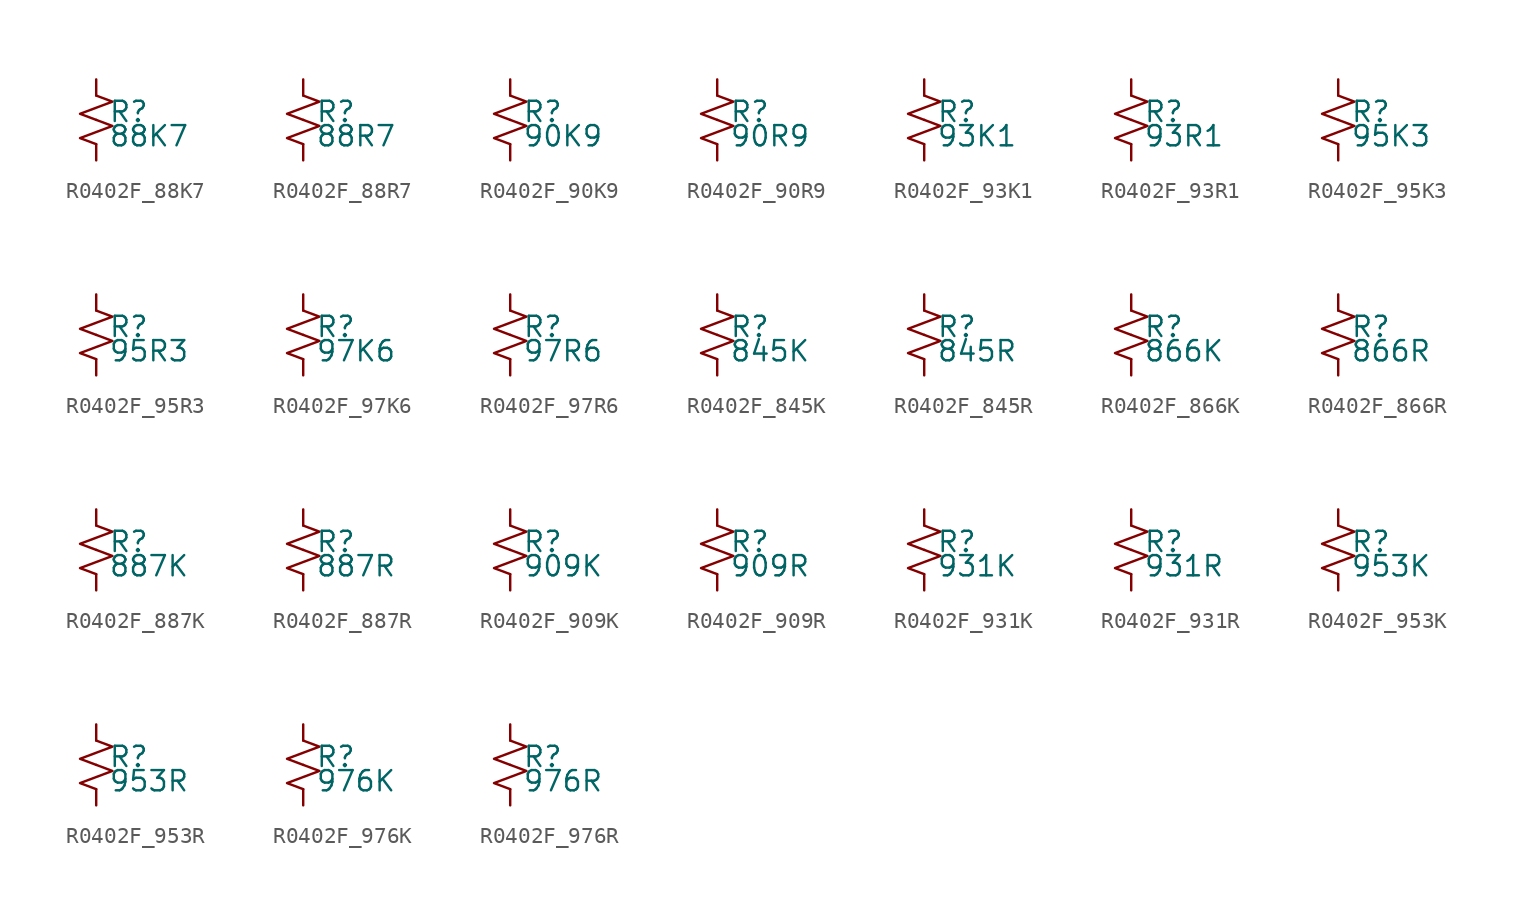
<source format=kicad_sym>
(kicad_symbol_lib
  (version 20220914)
  (generator kicad_symbol_editor)
  (symbol "R0402F_88K7"
    (pin_numbers hide)
    (pin_names
      (offset 0.254) hide)
    (property "Reference" "R"
      (at 0.762 0.508 0)
      (effects (font (size 1.27 1.27)) (justify left)))
    (property "Value" "88K7"
      (at 0.762 -1.016 0)
      (effects (font (size 1.27 1.27)) (justify left)))
    (symbol "R0402F_88K7_1_1"
      (polyline (pts (xy 0 0) (xy 1.016 -0.381) (xy 0 -0.762) (xy -1.016 -1.143) (xy 0 -1.524)) (stroke (width 0) (type default)) (fill (type none)))
      (polyline (pts (xy 0 1.524) (xy 1.016 1.143) (xy 0 0.762) (xy -1.016 0.381) (xy 0 0)) (stroke (width 0) (type default)) (fill (type none)))
      (pin passive line (at 0 2.54 270) (length 1.016) (name "~" (effects (font (size 1.27 1.27)))) (number "1" (effects (font (size 1.27 1.27)))))
      (pin passive line (at 0 -2.54 90) (length 1.016) (name "~" (effects (font (size 1.27 1.27)))) (number "2" (effects (font (size 1.27 1.27)))))))
  (symbol "R0402F_88R7"
    (pin_numbers hide)
    (pin_names
      (offset 0.254) hide)
    (property "Reference" "R"
      (at 0.762 0.508 0)
      (effects (font (size 1.27 1.27)) (justify left)))
    (property "Value" "88R7"
      (at 0.762 -1.016 0)
      (effects (font (size 1.27 1.27)) (justify left)))
    (symbol "R0402F_88R7_1_1"
      (polyline (pts (xy 0 0) (xy 1.016 -0.381) (xy 0 -0.762) (xy -1.016 -1.143) (xy 0 -1.524)) (stroke (width 0) (type default)) (fill (type none)))
      (polyline (pts (xy 0 1.524) (xy 1.016 1.143) (xy 0 0.762) (xy -1.016 0.381) (xy 0 0)) (stroke (width 0) (type default)) (fill (type none)))
      (pin passive line (at 0 2.54 270) (length 1.016) (name "~" (effects (font (size 1.27 1.27)))) (number "1" (effects (font (size 1.27 1.27)))))
      (pin passive line (at 0 -2.54 90) (length 1.016) (name "~" (effects (font (size 1.27 1.27)))) (number "2" (effects (font (size 1.27 1.27)))))))
  (symbol "R0402F_90K9"
    (pin_numbers hide)
    (pin_names
      (offset 0.254) hide)
    (property "Reference" "R"
      (at 0.762 0.508 0)
      (effects (font (size 1.27 1.27)) (justify left)))
    (property "Value" "90K9"
      (at 0.762 -1.016 0)
      (effects (font (size 1.27 1.27)) (justify left)))
    (symbol "R0402F_90K9_1_1"
      (polyline (pts (xy 0 0) (xy 1.016 -0.381) (xy 0 -0.762) (xy -1.016 -1.143) (xy 0 -1.524)) (stroke (width 0) (type default)) (fill (type none)))
      (polyline (pts (xy 0 1.524) (xy 1.016 1.143) (xy 0 0.762) (xy -1.016 0.381) (xy 0 0)) (stroke (width 0) (type default)) (fill (type none)))
      (pin passive line (at 0 2.54 270) (length 1.016) (name "~" (effects (font (size 1.27 1.27)))) (number "1" (effects (font (size 1.27 1.27)))))
      (pin passive line (at 0 -2.54 90) (length 1.016) (name "~" (effects (font (size 1.27 1.27)))) (number "2" (effects (font (size 1.27 1.27)))))))
  (symbol "R0402F_90R9"
    (pin_numbers hide)
    (pin_names
      (offset 0.254) hide)
    (property "Reference" "R"
      (at 0.762 0.508 0)
      (effects (font (size 1.27 1.27)) (justify left)))
    (property "Value" "90R9"
      (at 0.762 -1.016 0)
      (effects (font (size 1.27 1.27)) (justify left)))
    (symbol "R0402F_90R9_1_1"
      (polyline (pts (xy 0 0) (xy 1.016 -0.381) (xy 0 -0.762) (xy -1.016 -1.143) (xy 0 -1.524)) (stroke (width 0) (type default)) (fill (type none)))
      (polyline (pts (xy 0 1.524) (xy 1.016 1.143) (xy 0 0.762) (xy -1.016 0.381) (xy 0 0)) (stroke (width 0) (type default)) (fill (type none)))
      (pin passive line (at 0 2.54 270) (length 1.016) (name "~" (effects (font (size 1.27 1.27)))) (number "1" (effects (font (size 1.27 1.27)))))
      (pin passive line (at 0 -2.54 90) (length 1.016) (name "~" (effects (font (size 1.27 1.27)))) (number "2" (effects (font (size 1.27 1.27)))))))
  (symbol "R0402F_93K1"
    (pin_numbers hide)
    (pin_names
      (offset 0.254) hide)
    (property "Reference" "R"
      (at 0.762 0.508 0)
      (effects (font (size 1.27 1.27)) (justify left)))
    (property "Value" "93K1"
      (at 0.762 -1.016 0)
      (effects (font (size 1.27 1.27)) (justify left)))
    (symbol "R0402F_93K1_1_1"
      (polyline (pts (xy 0 0) (xy 1.016 -0.381) (xy 0 -0.762) (xy -1.016 -1.143) (xy 0 -1.524)) (stroke (width 0) (type default)) (fill (type none)))
      (polyline (pts (xy 0 1.524) (xy 1.016 1.143) (xy 0 0.762) (xy -1.016 0.381) (xy 0 0)) (stroke (width 0) (type default)) (fill (type none)))
      (pin passive line (at 0 2.54 270) (length 1.016) (name "~" (effects (font (size 1.27 1.27)))) (number "1" (effects (font (size 1.27 1.27)))))
      (pin passive line (at 0 -2.54 90) (length 1.016) (name "~" (effects (font (size 1.27 1.27)))) (number "2" (effects (font (size 1.27 1.27)))))))
  (symbol "R0402F_93R1"
    (pin_numbers hide)
    (pin_names
      (offset 0.254) hide)
    (property "Reference" "R"
      (at 0.762 0.508 0)
      (effects (font (size 1.27 1.27)) (justify left)))
    (property "Value" "93R1"
      (at 0.762 -1.016 0)
      (effects (font (size 1.27 1.27)) (justify left)))
    (symbol "R0402F_93R1_1_1"
      (polyline (pts (xy 0 0) (xy 1.016 -0.381) (xy 0 -0.762) (xy -1.016 -1.143) (xy 0 -1.524)) (stroke (width 0) (type default)) (fill (type none)))
      (polyline (pts (xy 0 1.524) (xy 1.016 1.143) (xy 0 0.762) (xy -1.016 0.381) (xy 0 0)) (stroke (width 0) (type default)) (fill (type none)))
      (pin passive line (at 0 2.54 270) (length 1.016) (name "~" (effects (font (size 1.27 1.27)))) (number "1" (effects (font (size 1.27 1.27)))))
      (pin passive line (at 0 -2.54 90) (length 1.016) (name "~" (effects (font (size 1.27 1.27)))) (number "2" (effects (font (size 1.27 1.27)))))))
  (symbol "R0402F_95K3"
    (pin_numbers hide)
    (pin_names
      (offset 0.254) hide)
    (property "Reference" "R"
      (at 0.762 0.508 0)
      (effects (font (size 1.27 1.27)) (justify left)))
    (property "Value" "95K3"
      (at 0.762 -1.016 0)
      (effects (font (size 1.27 1.27)) (justify left)))
    (symbol "R0402F_95K3_1_1"
      (polyline (pts (xy 0 0) (xy 1.016 -0.381) (xy 0 -0.762) (xy -1.016 -1.143) (xy 0 -1.524)) (stroke (width 0) (type default)) (fill (type none)))
      (polyline (pts (xy 0 1.524) (xy 1.016 1.143) (xy 0 0.762) (xy -1.016 0.381) (xy 0 0)) (stroke (width 0) (type default)) (fill (type none)))
      (pin passive line (at 0 2.54 270) (length 1.016) (name "~" (effects (font (size 1.27 1.27)))) (number "1" (effects (font (size 1.27 1.27)))))
      (pin passive line (at 0 -2.54 90) (length 1.016) (name "~" (effects (font (size 1.27 1.27)))) (number "2" (effects (font (size 1.27 1.27)))))))
  (symbol "R0402F_95R3"
    (pin_numbers hide)
    (pin_names
      (offset 0.254) hide)
    (property "Reference" "R"
      (at 0.762 0.508 0)
      (effects (font (size 1.27 1.27)) (justify left)))
    (property "Value" "95R3"
      (at 0.762 -1.016 0)
      (effects (font (size 1.27 1.27)) (justify left)))
    (symbol "R0402F_95R3_1_1"
      (polyline (pts (xy 0 0) (xy 1.016 -0.381) (xy 0 -0.762) (xy -1.016 -1.143) (xy 0 -1.524)) (stroke (width 0) (type default)) (fill (type none)))
      (polyline (pts (xy 0 1.524) (xy 1.016 1.143) (xy 0 0.762) (xy -1.016 0.381) (xy 0 0)) (stroke (width 0) (type default)) (fill (type none)))
      (pin passive line (at 0 2.54 270) (length 1.016) (name "~" (effects (font (size 1.27 1.27)))) (number "1" (effects (font (size 1.27 1.27)))))
      (pin passive line (at 0 -2.54 90) (length 1.016) (name "~" (effects (font (size 1.27 1.27)))) (number "2" (effects (font (size 1.27 1.27)))))))
  (symbol "R0402F_97K6"
    (pin_numbers hide)
    (pin_names
      (offset 0.254) hide)
    (property "Reference" "R"
      (at 0.762 0.508 0)
      (effects (font (size 1.27 1.27)) (justify left)))
    (property "Value" "97K6"
      (at 0.762 -1.016 0)
      (effects (font (size 1.27 1.27)) (justify left)))
    (symbol "R0402F_97K6_1_1"
      (polyline (pts (xy 0 0) (xy 1.016 -0.381) (xy 0 -0.762) (xy -1.016 -1.143) (xy 0 -1.524)) (stroke (width 0) (type default)) (fill (type none)))
      (polyline (pts (xy 0 1.524) (xy 1.016 1.143) (xy 0 0.762) (xy -1.016 0.381) (xy 0 0)) (stroke (width 0) (type default)) (fill (type none)))
      (pin passive line (at 0 2.54 270) (length 1.016) (name "~" (effects (font (size 1.27 1.27)))) (number "1" (effects (font (size 1.27 1.27)))))
      (pin passive line (at 0 -2.54 90) (length 1.016) (name "~" (effects (font (size 1.27 1.27)))) (number "2" (effects (font (size 1.27 1.27)))))))
  (symbol "R0402F_97R6"
    (pin_numbers hide)
    (pin_names
      (offset 0.254) hide)
    (property "Reference" "R"
      (at 0.762 0.508 0)
      (effects (font (size 1.27 1.27)) (justify left)))
    (property "Value" "97R6"
      (at 0.762 -1.016 0)
      (effects (font (size 1.27 1.27)) (justify left)))
    (symbol "R0402F_97R6_1_1"
      (polyline (pts (xy 0 0) (xy 1.016 -0.381) (xy 0 -0.762) (xy -1.016 -1.143) (xy 0 -1.524)) (stroke (width 0) (type default)) (fill (type none)))
      (polyline (pts (xy 0 1.524) (xy 1.016 1.143) (xy 0 0.762) (xy -1.016 0.381) (xy 0 0)) (stroke (width 0) (type default)) (fill (type none)))
      (pin passive line (at 0 2.54 270) (length 1.016) (name "~" (effects (font (size 1.27 1.27)))) (number "1" (effects (font (size 1.27 1.27)))))
      (pin passive line (at 0 -2.54 90) (length 1.016) (name "~" (effects (font (size 1.27 1.27)))) (number "2" (effects (font (size 1.27 1.27)))))))
  (symbol "R0402F_845K"
    (pin_numbers hide)
    (pin_names
      (offset 0.254) hide)
    (property "Reference" "R"
      (at 0.762 0.508 0)
      (effects (font (size 1.27 1.27)) (justify left)))
    (property "Value" "845K"
      (at 0.762 -1.016 0)
      (effects (font (size 1.27 1.27)) (justify left)))
    (symbol "R0402F_845K_1_1"
      (polyline (pts (xy 0 0) (xy 1.016 -0.381) (xy 0 -0.762) (xy -1.016 -1.143) (xy 0 -1.524)) (stroke (width 0) (type default)) (fill (type none)))
      (polyline (pts (xy 0 1.524) (xy 1.016 1.143) (xy 0 0.762) (xy -1.016 0.381) (xy 0 0)) (stroke (width 0) (type default)) (fill (type none)))
      (pin passive line (at 0 2.54 270) (length 1.016) (name "~" (effects (font (size 1.27 1.27)))) (number "1" (effects (font (size 1.27 1.27)))))
      (pin passive line (at 0 -2.54 90) (length 1.016) (name "~" (effects (font (size 1.27 1.27)))) (number "2" (effects (font (size 1.27 1.27)))))))
  (symbol "R0402F_845R"
    (pin_numbers hide)
    (pin_names
      (offset 0.254) hide)
    (property "Reference" "R"
      (at 0.762 0.508 0)
      (effects (font (size 1.27 1.27)) (justify left)))
    (property "Value" "845R"
      (at 0.762 -1.016 0)
      (effects (font (size 1.27 1.27)) (justify left)))
    (symbol "R0402F_845R_1_1"
      (polyline (pts (xy 0 0) (xy 1.016 -0.381) (xy 0 -0.762) (xy -1.016 -1.143) (xy 0 -1.524)) (stroke (width 0) (type default)) (fill (type none)))
      (polyline (pts (xy 0 1.524) (xy 1.016 1.143) (xy 0 0.762) (xy -1.016 0.381) (xy 0 0)) (stroke (width 0) (type default)) (fill (type none)))
      (pin passive line (at 0 2.54 270) (length 1.016) (name "~" (effects (font (size 1.27 1.27)))) (number "1" (effects (font (size 1.27 1.27)))))
      (pin passive line (at 0 -2.54 90) (length 1.016) (name "~" (effects (font (size 1.27 1.27)))) (number "2" (effects (font (size 1.27 1.27)))))))
  (symbol "R0402F_866K"
    (pin_numbers hide)
    (pin_names
      (offset 0.254) hide)
    (property "Reference" "R"
      (at 0.762 0.508 0)
      (effects (font (size 1.27 1.27)) (justify left)))
    (property "Value" "866K"
      (at 0.762 -1.016 0)
      (effects (font (size 1.27 1.27)) (justify left)))
    (symbol "R0402F_866K_1_1"
      (polyline (pts (xy 0 0) (xy 1.016 -0.381) (xy 0 -0.762) (xy -1.016 -1.143) (xy 0 -1.524)) (stroke (width 0) (type default)) (fill (type none)))
      (polyline (pts (xy 0 1.524) (xy 1.016 1.143) (xy 0 0.762) (xy -1.016 0.381) (xy 0 0)) (stroke (width 0) (type default)) (fill (type none)))
      (pin passive line (at 0 2.54 270) (length 1.016) (name "~" (effects (font (size 1.27 1.27)))) (number "1" (effects (font (size 1.27 1.27)))))
      (pin passive line (at 0 -2.54 90) (length 1.016) (name "~" (effects (font (size 1.27 1.27)))) (number "2" (effects (font (size 1.27 1.27)))))))
  (symbol "R0402F_866R"
    (pin_numbers hide)
    (pin_names
      (offset 0.254) hide)
    (property "Reference" "R"
      (at 0.762 0.508 0)
      (effects (font (size 1.27 1.27)) (justify left)))
    (property "Value" "866R"
      (at 0.762 -1.016 0)
      (effects (font (size 1.27 1.27)) (justify left)))
    (symbol "R0402F_866R_1_1"
      (polyline (pts (xy 0 0) (xy 1.016 -0.381) (xy 0 -0.762) (xy -1.016 -1.143) (xy 0 -1.524)) (stroke (width 0) (type default)) (fill (type none)))
      (polyline (pts (xy 0 1.524) (xy 1.016 1.143) (xy 0 0.762) (xy -1.016 0.381) (xy 0 0)) (stroke (width 0) (type default)) (fill (type none)))
      (pin passive line (at 0 2.54 270) (length 1.016) (name "~" (effects (font (size 1.27 1.27)))) (number "1" (effects (font (size 1.27 1.27)))))
      (pin passive line (at 0 -2.54 90) (length 1.016) (name "~" (effects (font (size 1.27 1.27)))) (number "2" (effects (font (size 1.27 1.27)))))))
  (symbol "R0402F_887K"
    (pin_numbers hide)
    (pin_names
      (offset 0.254) hide)
    (property "Reference" "R"
      (at 0.762 0.508 0)
      (effects (font (size 1.27 1.27)) (justify left)))
    (property "Value" "887K"
      (at 0.762 -1.016 0)
      (effects (font (size 1.27 1.27)) (justify left)))
    (symbol "R0402F_887K_1_1"
      (polyline (pts (xy 0 0) (xy 1.016 -0.381) (xy 0 -0.762) (xy -1.016 -1.143) (xy 0 -1.524)) (stroke (width 0) (type default)) (fill (type none)))
      (polyline (pts (xy 0 1.524) (xy 1.016 1.143) (xy 0 0.762) (xy -1.016 0.381) (xy 0 0)) (stroke (width 0) (type default)) (fill (type none)))
      (pin passive line (at 0 2.54 270) (length 1.016) (name "~" (effects (font (size 1.27 1.27)))) (number "1" (effects (font (size 1.27 1.27)))))
      (pin passive line (at 0 -2.54 90) (length 1.016) (name "~" (effects (font (size 1.27 1.27)))) (number "2" (effects (font (size 1.27 1.27)))))))
  (symbol "R0402F_887R"
    (pin_numbers hide)
    (pin_names
      (offset 0.254) hide)
    (property "Reference" "R"
      (at 0.762 0.508 0)
      (effects (font (size 1.27 1.27)) (justify left)))
    (property "Value" "887R"
      (at 0.762 -1.016 0)
      (effects (font (size 1.27 1.27)) (justify left)))
    (symbol "R0402F_887R_1_1"
      (polyline (pts (xy 0 0) (xy 1.016 -0.381) (xy 0 -0.762) (xy -1.016 -1.143) (xy 0 -1.524)) (stroke (width 0) (type default)) (fill (type none)))
      (polyline (pts (xy 0 1.524) (xy 1.016 1.143) (xy 0 0.762) (xy -1.016 0.381) (xy 0 0)) (stroke (width 0) (type default)) (fill (type none)))
      (pin passive line (at 0 2.54 270) (length 1.016) (name "~" (effects (font (size 1.27 1.27)))) (number "1" (effects (font (size 1.27 1.27)))))
      (pin passive line (at 0 -2.54 90) (length 1.016) (name "~" (effects (font (size 1.27 1.27)))) (number "2" (effects (font (size 1.27 1.27)))))))
  (symbol "R0402F_909K"
    (pin_numbers hide)
    (pin_names
      (offset 0.254) hide)
    (property "Reference" "R"
      (at 0.762 0.508 0)
      (effects (font (size 1.27 1.27)) (justify left)))
    (property "Value" "909K"
      (at 0.762 -1.016 0)
      (effects (font (size 1.27 1.27)) (justify left)))
    (symbol "R0402F_909K_1_1"
      (polyline (pts (xy 0 0) (xy 1.016 -0.381) (xy 0 -0.762) (xy -1.016 -1.143) (xy 0 -1.524)) (stroke (width 0) (type default)) (fill (type none)))
      (polyline (pts (xy 0 1.524) (xy 1.016 1.143) (xy 0 0.762) (xy -1.016 0.381) (xy 0 0)) (stroke (width 0) (type default)) (fill (type none)))
      (pin passive line (at 0 2.54 270) (length 1.016) (name "~" (effects (font (size 1.27 1.27)))) (number "1" (effects (font (size 1.27 1.27)))))
      (pin passive line (at 0 -2.54 90) (length 1.016) (name "~" (effects (font (size 1.27 1.27)))) (number "2" (effects (font (size 1.27 1.27)))))))
  (symbol "R0402F_909R"
    (pin_numbers hide)
    (pin_names
      (offset 0.254) hide)
    (property "Reference" "R"
      (at 0.762 0.508 0)
      (effects (font (size 1.27 1.27)) (justify left)))
    (property "Value" "909R"
      (at 0.762 -1.016 0)
      (effects (font (size 1.27 1.27)) (justify left)))
    (symbol "R0402F_909R_1_1"
      (polyline (pts (xy 0 0) (xy 1.016 -0.381) (xy 0 -0.762) (xy -1.016 -1.143) (xy 0 -1.524)) (stroke (width 0) (type default)) (fill (type none)))
      (polyline (pts (xy 0 1.524) (xy 1.016 1.143) (xy 0 0.762) (xy -1.016 0.381) (xy 0 0)) (stroke (width 0) (type default)) (fill (type none)))
      (pin passive line (at 0 2.54 270) (length 1.016) (name "~" (effects (font (size 1.27 1.27)))) (number "1" (effects (font (size 1.27 1.27)))))
      (pin passive line (at 0 -2.54 90) (length 1.016) (name "~" (effects (font (size 1.27 1.27)))) (number "2" (effects (font (size 1.27 1.27)))))))
  (symbol "R0402F_931K"
    (pin_numbers hide)
    (pin_names
      (offset 0.254) hide)
    (property "Reference" "R"
      (at 0.762 0.508 0)
      (effects (font (size 1.27 1.27)) (justify left)))
    (property "Value" "931K"
      (at 0.762 -1.016 0)
      (effects (font (size 1.27 1.27)) (justify left)))
    (symbol "R0402F_931K_1_1"
      (polyline (pts (xy 0 0) (xy 1.016 -0.381) (xy 0 -0.762) (xy -1.016 -1.143) (xy 0 -1.524)) (stroke (width 0) (type default)) (fill (type none)))
      (polyline (pts (xy 0 1.524) (xy 1.016 1.143) (xy 0 0.762) (xy -1.016 0.381) (xy 0 0)) (stroke (width 0) (type default)) (fill (type none)))
      (pin passive line (at 0 2.54 270) (length 1.016) (name "~" (effects (font (size 1.27 1.27)))) (number "1" (effects (font (size 1.27 1.27)))))
      (pin passive line (at 0 -2.54 90) (length 1.016) (name "~" (effects (font (size 1.27 1.27)))) (number "2" (effects (font (size 1.27 1.27)))))))
  (symbol "R0402F_931R"
    (pin_numbers hide)
    (pin_names
      (offset 0.254) hide)
    (property "Reference" "R"
      (at 0.762 0.508 0)
      (effects (font (size 1.27 1.27)) (justify left)))
    (property "Value" "931R"
      (at 0.762 -1.016 0)
      (effects (font (size 1.27 1.27)) (justify left)))
    (symbol "R0402F_931R_1_1"
      (polyline (pts (xy 0 0) (xy 1.016 -0.381) (xy 0 -0.762) (xy -1.016 -1.143) (xy 0 -1.524)) (stroke (width 0) (type default)) (fill (type none)))
      (polyline (pts (xy 0 1.524) (xy 1.016 1.143) (xy 0 0.762) (xy -1.016 0.381) (xy 0 0)) (stroke (width 0) (type default)) (fill (type none)))
      (pin passive line (at 0 2.54 270) (length 1.016) (name "~" (effects (font (size 1.27 1.27)))) (number "1" (effects (font (size 1.27 1.27)))))
      (pin passive line (at 0 -2.54 90) (length 1.016) (name "~" (effects (font (size 1.27 1.27)))) (number "2" (effects (font (size 1.27 1.27)))))))
  (symbol "R0402F_953K"
    (pin_numbers hide)
    (pin_names
      (offset 0.254) hide)
    (property "Reference" "R"
      (at 0.762 0.508 0)
      (effects (font (size 1.27 1.27)) (justify left)))
    (property "Value" "953K"
      (at 0.762 -1.016 0)
      (effects (font (size 1.27 1.27)) (justify left)))
    (symbol "R0402F_953K_1_1"
      (polyline (pts (xy 0 0) (xy 1.016 -0.381) (xy 0 -0.762) (xy -1.016 -1.143) (xy 0 -1.524)) (stroke (width 0) (type default)) (fill (type none)))
      (polyline (pts (xy 0 1.524) (xy 1.016 1.143) (xy 0 0.762) (xy -1.016 0.381) (xy 0 0)) (stroke (width 0) (type default)) (fill (type none)))
      (pin passive line (at 0 2.54 270) (length 1.016) (name "~" (effects (font (size 1.27 1.27)))) (number "1" (effects (font (size 1.27 1.27)))))
      (pin passive line (at 0 -2.54 90) (length 1.016) (name "~" (effects (font (size 1.27 1.27)))) (number "2" (effects (font (size 1.27 1.27)))))))
  (symbol "R0402F_953R"
    (pin_numbers hide)
    (pin_names
      (offset 0.254) hide)
    (property "Reference" "R"
      (at 0.762 0.508 0)
      (effects (font (size 1.27 1.27)) (justify left)))
    (property "Value" "953R"
      (at 0.762 -1.016 0)
      (effects (font (size 1.27 1.27)) (justify left)))
    (symbol "R0402F_953R_1_1"
      (polyline (pts (xy 0 0) (xy 1.016 -0.381) (xy 0 -0.762) (xy -1.016 -1.143) (xy 0 -1.524)) (stroke (width 0) (type default)) (fill (type none)))
      (polyline (pts (xy 0 1.524) (xy 1.016 1.143) (xy 0 0.762) (xy -1.016 0.381) (xy 0 0)) (stroke (width 0) (type default)) (fill (type none)))
      (pin passive line (at 0 2.54 270) (length 1.016) (name "~" (effects (font (size 1.27 1.27)))) (number "1" (effects (font (size 1.27 1.27)))))
      (pin passive line (at 0 -2.54 90) (length 1.016) (name "~" (effects (font (size 1.27 1.27)))) (number "2" (effects (font (size 1.27 1.27)))))))
  (symbol "R0402F_976K"
    (pin_numbers hide)
    (pin_names
      (offset 0.254) hide)
    (property "Reference" "R"
      (at 0.762 0.508 0)
      (effects (font (size 1.27 1.27)) (justify left)))
    (property "Value" "976K"
      (at 0.762 -1.016 0)
      (effects (font (size 1.27 1.27)) (justify left)))
    (symbol "R0402F_976K_1_1"
      (polyline (pts (xy 0 0) (xy 1.016 -0.381) (xy 0 -0.762) (xy -1.016 -1.143) (xy 0 -1.524)) (stroke (width 0) (type default)) (fill (type none)))
      (polyline (pts (xy 0 1.524) (xy 1.016 1.143) (xy 0 0.762) (xy -1.016 0.381) (xy 0 0)) (stroke (width 0) (type default)) (fill (type none)))
      (pin passive line (at 0 2.54 270) (length 1.016) (name "~" (effects (font (size 1.27 1.27)))) (number "1" (effects (font (size 1.27 1.27)))))
      (pin passive line (at 0 -2.54 90) (length 1.016) (name "~" (effects (font (size 1.27 1.27)))) (number "2" (effects (font (size 1.27 1.27)))))))
  (symbol "R0402F_976R"
    (pin_numbers hide)
    (pin_names
      (offset 0.254) hide)
    (property "Reference" "R"
      (at 0.762 0.508 0)
      (effects (font (size 1.27 1.27)) (justify left)))
    (property "Value" "976R"
      (at 0.762 -1.016 0)
      (effects (font (size 1.27 1.27)) (justify left)))
    (symbol "R0402F_976R_1_1"
      (polyline (pts (xy 0 0) (xy 1.016 -0.381) (xy 0 -0.762) (xy -1.016 -1.143) (xy 0 -1.524)) (stroke (width 0) (type default)) (fill (type none)))
      (polyline (pts (xy 0 1.524) (xy 1.016 1.143) (xy 0 0.762) (xy -1.016 0.381) (xy 0 0)) (stroke (width 0) (type default)) (fill (type none)))
      (pin passive line (at 0 2.54 270) (length 1.016) (name "~" (effects (font (size 1.27 1.27)))) (number "1" (effects (font (size 1.27 1.27)))))
      (pin passive line (at 0 -2.54 90) (length 1.016) (name "~" (effects (font (size 1.27 1.27)))) (number "2" (effects (font (size 1.27 1.27))))))))
</source>
